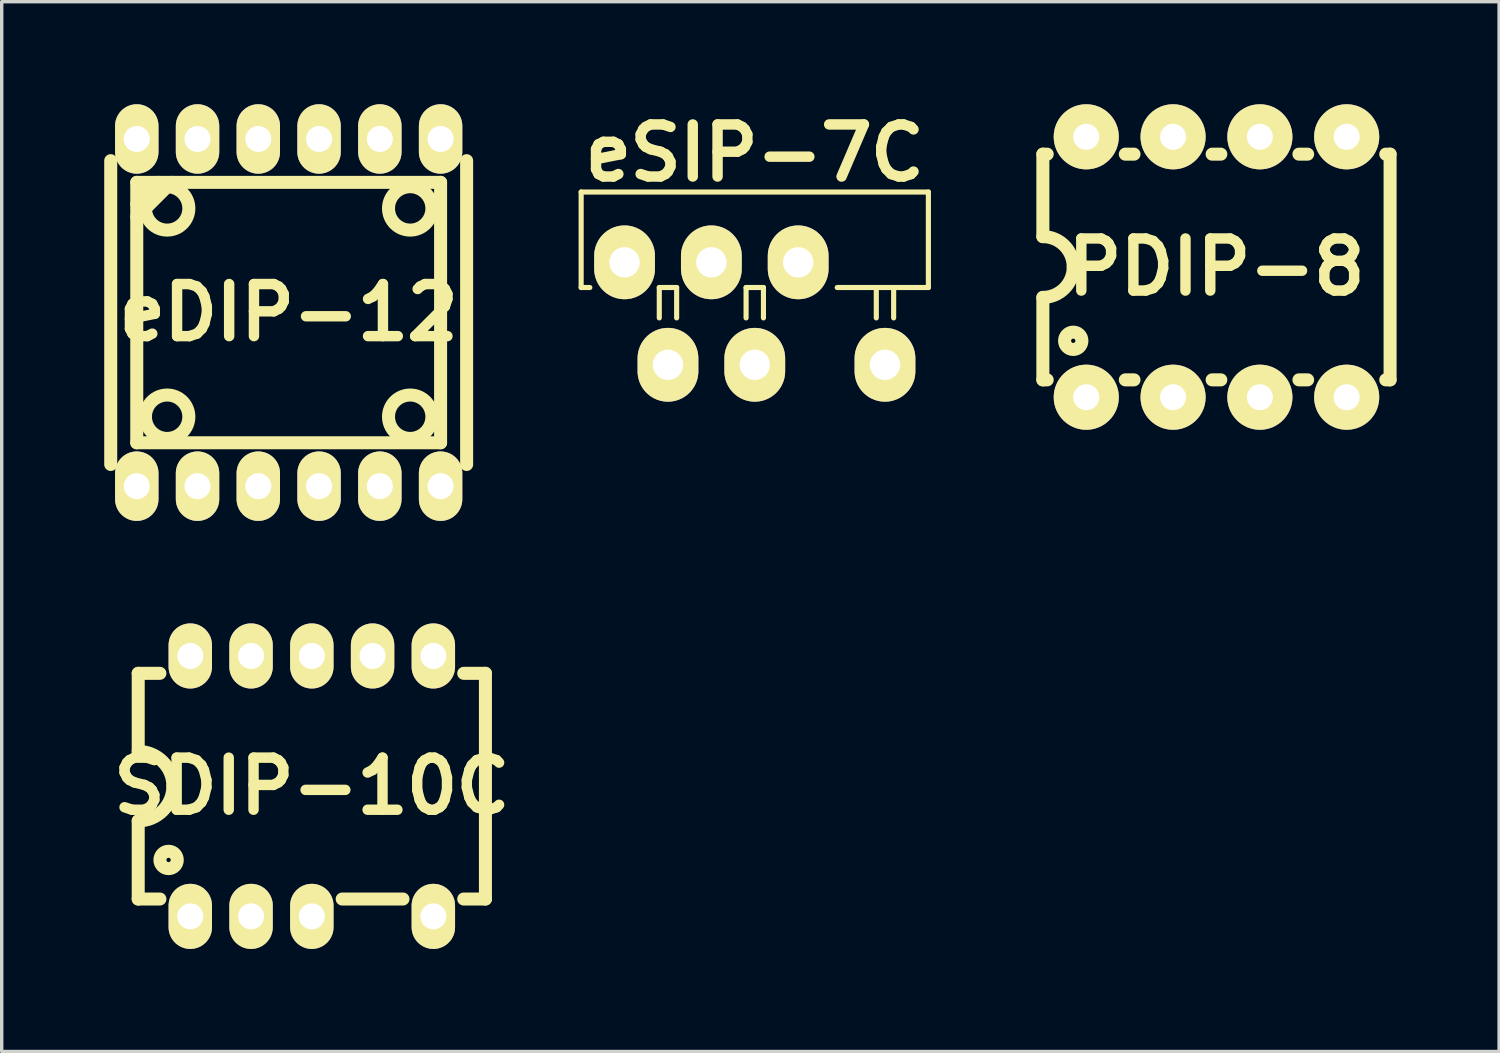
<source format=kicad_pcb>
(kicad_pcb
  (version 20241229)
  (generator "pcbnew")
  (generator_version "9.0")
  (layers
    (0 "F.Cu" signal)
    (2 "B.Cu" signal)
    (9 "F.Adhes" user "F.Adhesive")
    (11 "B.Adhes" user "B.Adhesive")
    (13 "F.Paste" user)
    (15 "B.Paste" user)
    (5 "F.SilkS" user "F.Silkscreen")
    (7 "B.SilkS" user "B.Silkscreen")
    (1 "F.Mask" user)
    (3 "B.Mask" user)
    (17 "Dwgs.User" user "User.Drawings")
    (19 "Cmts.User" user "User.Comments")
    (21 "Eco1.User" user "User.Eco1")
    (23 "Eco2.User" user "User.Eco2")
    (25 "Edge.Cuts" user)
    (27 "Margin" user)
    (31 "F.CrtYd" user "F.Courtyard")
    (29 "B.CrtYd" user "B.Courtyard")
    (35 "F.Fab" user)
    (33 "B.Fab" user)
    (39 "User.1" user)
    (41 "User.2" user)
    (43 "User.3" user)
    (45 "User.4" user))
  (footprint "SDIP-10C"
    (layer "F.Cu")
    (at 6.074 19.954)
    (property "Reference" "SDIP-10C" (at 0 0 0) (layer "F.SilkS") (effects (font (size 1.524 1.524) (thickness 0.305))))
    (attr through_hole)
    (fp_line (start -5.08 -3.302) (end -5.08 -1.016) (stroke (width 0.381) (type solid)) (layer "F.SilkS"))
    (fp_line (start -5.08 -3.302) (end -4.445 -3.302) (stroke (width 0.381) (type solid)) (layer "F.SilkS"))
    (fp_line (start -5.08 1.016) (end -5.08 3.302) (stroke (width 0.381) (type solid)) (layer "F.SilkS"))
    (fp_line (start -5.08 3.302) (end -4.445 3.302) (stroke (width 0.381) (type solid)) (layer "F.SilkS"))
    (fp_line (start 2.667 3.302) (end 0.889 3.302) (stroke (width 0.381) (type solid)) (layer "F.SilkS"))
    (fp_line (start 5.08 -3.302) (end 4.445 -3.302) (stroke (width 0.381) (type solid)) (layer "F.SilkS"))
    (fp_line (start 5.08 3.302) (end 4.445 3.302) (stroke (width 0.381) (type solid)) (layer "F.SilkS"))
    (fp_line (start 5.08 3.302) (end 5.08 -3.302) (stroke (width 0.381) (type solid)) (layer "F.SilkS"))
    (fp_arc (start -5.08 -1.016) (mid -4.36158 -0.71842) (end -4.064 0) (stroke (width 0.381) (type solid)) (layer "F.SilkS"))
    (fp_arc (start -4.064 0) (mid -4.36158 0.71842) (end -5.08 1.016) (stroke (width 0.381) (type solid)) (layer "F.SilkS"))
    (fp_circle (center -4.191 2.159) (end -3.937 2.159) (stroke (width 0.381) (type solid)) (fill no) (layer "F.SilkS"))
    (pad "1" thru_hole oval (at -3.556 3.81) (size 1.27 1.905) (drill 0.762) (layers "*.Cu" "*.Mask" "F.SilkS"))
    (pad "2" thru_hole oval (at -1.778 3.81) (size 1.27 1.905) (drill 0.762) (layers "*.Cu" "*.Mask" "F.SilkS"))
    (pad "3" thru_hole oval (at 0 3.81) (size 1.27 1.905) (drill 0.762) (layers "*.Cu" "*.Mask" "F.SilkS"))
    (pad "5" thru_hole oval (at 3.556 3.81) (size 1.27 1.905) (drill 0.762) (layers "*.Cu" "*.Mask" "F.SilkS"))
    (pad "6" thru_hole oval (at 3.556 -3.81) (size 1.27 1.905) (drill 0.762) (layers "*.Cu" "*.Mask" "F.SilkS"))
    (pad "7" thru_hole oval (at 1.778 -3.81) (size 1.27 1.905) (drill 0.762) (layers "*.Cu" "*.Mask" "F.SilkS"))
    (pad "8" thru_hole oval (at 0 -3.81) (size 1.27 1.905) (drill 0.762) (layers "*.Cu" "*.Mask" "F.SilkS"))
    (pad "9" thru_hole oval (at -1.778 -3.81) (size 1.27 1.905) (drill 0.762) (layers "*.Cu" "*.Mask" "F.SilkS"))
    (pad "10" thru_hole oval (at -3.556 -3.81) (size 1.27 1.905) (drill 0.762) (layers "*.Cu" "*.Mask" "F.SilkS")))
  (footprint "PDIP-8"
    (layer "F.Cu")
    (at 32.545 4.763)
    (property "Reference" "PDIP-8" (at 0 0 0) (layer "F.SilkS") (effects (font (size 1.524 1.524) (thickness 0.305))))
    (attr through_hole)
    (fp_line (start -5.08 -3.302) (end -4.953 -3.302) (stroke (width 0.381) (type solid)) (layer "F.SilkS"))
    (fp_line (start -5.08 -0.889) (end -5.08 -3.302) (stroke (width 0.381) (type solid)) (layer "F.SilkS"))
    (fp_line (start -5.08 0.889) (end -5.08 3.302) (stroke (width 0.381) (type solid)) (layer "F.SilkS"))
    (fp_line (start -5.08 3.302) (end -4.953 3.302) (stroke (width 0.381) (type solid)) (layer "F.SilkS"))
    (fp_line (start -2.667 -3.302) (end -2.413 -3.302) (stroke (width 0.381) (type solid)) (layer "F.SilkS"))
    (fp_line (start -2.667 3.302) (end -2.413 3.302) (stroke (width 0.381) (type solid)) (layer "F.SilkS"))
    (fp_line (start -0.127 -3.302) (end 0.127 -3.302) (stroke (width 0.381) (type solid)) (layer "F.SilkS"))
    (fp_line (start -0.127 3.302) (end 0.127 3.302) (stroke (width 0.381) (type solid)) (layer "F.SilkS"))
    (fp_line (start 2.413 -3.302) (end 2.667 -3.302) (stroke (width 0.381) (type solid)) (layer "F.SilkS"))
    (fp_line (start 2.413 3.302) (end 2.667 3.302) (stroke (width 0.381) (type solid)) (layer "F.SilkS"))
    (fp_line (start 5.08 -3.302) (end 4.953 -3.302) (stroke (width 0.381) (type solid)) (layer "F.SilkS"))
    (fp_line (start 5.08 3.302) (end 4.953 3.302) (stroke (width 0.381) (type solid)) (layer "F.SilkS"))
    (fp_line (start 5.08 3.302) (end 5.08 -3.302) (stroke (width 0.381) (type solid)) (layer "F.SilkS"))
    (fp_arc (start -5.08 -0.889) (mid -4.451382 -0.628618) (end -4.191 0) (stroke (width 0.381) (type solid)) (layer "F.SilkS"))
    (fp_arc (start -4.191 0) (mid -4.451382 0.628618) (end -5.08 0.889) (stroke (width 0.381) (type solid)) (layer "F.SilkS"))
    (fp_circle (center -4.191 2.159) (end -3.937 2.159) (stroke (width 0.381) (type solid)) (fill no) (layer "F.SilkS"))
    (pad "1" thru_hole circle (at -3.81 3.81) (size 1.905 1.905) (drill 0.762) (layers "*.Cu" "*.Mask" "F.SilkS"))
    (pad "2" thru_hole circle (at -1.27 3.81) (size 1.905 1.905) (drill 0.762) (layers "*.Cu" "*.Mask" "F.SilkS"))
    (pad "3" thru_hole circle (at 1.27 3.81) (size 1.905 1.905) (drill 0.762) (layers "*.Cu" "*.Mask" "F.SilkS"))
    (pad "4" thru_hole circle (at 3.81 3.81) (size 1.905 1.905) (drill 0.762) (layers "*.Cu" "*.Mask" "F.SilkS"))
    (pad "5" thru_hole circle (at 3.81 -3.81) (size 1.905 1.905) (drill 0.762) (layers "*.Cu" "*.Mask" "F.SilkS"))
    (pad "6" thru_hole circle (at 1.27 -3.81) (size 1.905 1.905) (drill 0.762) (layers "*.Cu" "*.Mask" "F.SilkS"))
    (pad "7" thru_hole circle (at -1.27 -3.81) (size 1.905 1.905) (drill 0.762) (layers "*.Cu" "*.Mask" "F.SilkS"))
    (pad "8" thru_hole circle (at -3.81 -3.81) (size 1.905 1.905) (drill 0.762) (layers "*.Cu" "*.Mask" "F.SilkS")))
  (footprint "eDIP-12"
    (layer "F.Cu")
    (at 5.397 6.096)
    (property "Reference" "eDIP-12" (at 0 0 0) (layer "F.SilkS") (effects (font (size 1.524 1.524) (thickness 0.305))))
    (attr through_hole)
    (fp_line (start -5.207 4.445) (end -5.207 -4.445) (stroke (width 0.381) (type solid)) (layer "F.SilkS"))
    (fp_line (start -4.445 -3.81) (end -4.445 3.81) (stroke (width 0.381) (type solid)) (layer "F.SilkS"))
    (fp_line (start -4.445 -2.794) (end -3.429 -3.81) (stroke (width 0.381) (type solid)) (layer "F.SilkS"))
    (fp_line (start -4.445 3.81) (end 4.445 3.81) (stroke (width 0.381) (type solid)) (layer "F.SilkS"))
    (fp_line (start -3.81 -3.81) (end -4.445 -3.175) (stroke (width 0.381) (type solid)) (layer "F.SilkS"))
    (fp_line (start 4.445 -3.81) (end -4.445 -3.81) (stroke (width 0.381) (type solid)) (layer "F.SilkS"))
    (fp_line (start 4.445 3.81) (end 4.445 -3.81) (stroke (width 0.381) (type solid)) (layer "F.SilkS"))
    (fp_line (start 5.207 -4.445) (end 5.207 4.445) (stroke (width 0.381) (type solid)) (layer "F.SilkS"))
    (fp_circle (center -3.556 -3.048) (end -3.556 -3.683) (stroke (width 0.381) (type solid)) (fill no) (layer "F.SilkS"))
    (fp_circle (center -3.556 3.048) (end -3.556 3.683) (stroke (width 0.381) (type solid)) (fill no) (layer "F.SilkS"))
    (fp_circle (center 3.556 -3.048) (end 4.191 -3.048) (stroke (width 0.381) (type solid)) (fill no) (layer "F.SilkS"))
    (fp_circle (center 3.556 3.048) (end 4.191 3.048) (stroke (width 0.381) (type solid)) (fill no) (layer "F.SilkS"))
    (pad "1" thru_hole oval (at -4.445 -5.08) (size 1.27 2.032) (drill 0.762) (layers "*.Cu" "*.Mask" "F.SilkS"))
    (pad "2" thru_hole oval (at -2.667 -5.08) (size 1.27 2.032) (drill 0.762) (layers "*.Cu" "*.Mask" "F.SilkS"))
    (pad "3" thru_hole oval (at -0.889 -5.08) (size 1.27 2.032) (drill 0.762) (layers "*.Cu" "*.Mask" "F.SilkS"))
    (pad "4" thru_hole oval (at 0.889 -5.08) (size 1.27 2.032) (drill 0.762) (layers "*.Cu" "*.Mask" "F.SilkS"))
    (pad "5" thru_hole oval (at 2.667 -5.08) (size 1.27 2.032) (drill 0.762) (layers "*.Cu" "*.Mask" "F.SilkS"))
    (pad "6" thru_hole oval (at 4.445 -5.08) (size 1.27 2.032) (drill 0.762) (layers "*.Cu" "*.Mask" "F.SilkS"))
    (pad "7" thru_hole oval (at 4.445 5.08) (size 1.27 2.032) (drill 0.762) (layers "*.Cu" "*.Mask" "F.SilkS"))
    (pad "8" thru_hole oval (at 2.667 5.08) (size 1.27 2.032) (drill 0.762) (layers "*.Cu" "*.Mask" "F.SilkS"))
    (pad "9" thru_hole oval (at 0.889 5.08) (size 1.27 2.032) (drill 0.762) (layers "*.Cu" "*.Mask" "F.SilkS"))
    (pad "10" thru_hole oval (at -0.889 5.08) (size 1.27 2.032) (drill 0.762) (layers "*.Cu" "*.Mask" "F.SilkS"))
    (pad "11" thru_hole oval (at -2.667 5.08) (size 1.27 2.032) (drill 0.762) (layers "*.Cu" "*.Mask" "F.SilkS"))
    (pad "12" thru_hole oval (at -4.445 5.08) (size 1.27 2.032) (drill 0.762) (layers "*.Cu" "*.Mask" "F.SilkS")))
  (footprint "eSIP-7C"
    (layer "F.Cu")
    (at 19.035 6.125)
    (property "Reference" "eSIP-7C" (at 0 -4.699 0) (layer "F.SilkS") (effects (font (size 1.524 1.524) (thickness 0.305))))
    (attr through_hole)
    (fp_line (start -5.08 -3.556) (end 5.08 -3.556) (stroke (width 0.15) (type solid)) (layer "F.SilkS"))
    (fp_line (start -5.08 -0.762) (end -5.08 -3.556) (stroke (width 0.15) (type solid)) (layer "F.SilkS"))
    (fp_line (start -4.826 -0.762) (end -5.08 -0.762) (stroke (width 0.15) (type solid)) (layer "F.SilkS"))
    (fp_line (start -2.794 0.127) (end -2.794 -0.762) (stroke (width 0.15) (type solid)) (layer "F.SilkS"))
    (fp_line (start -2.286 -0.762) (end -2.794 -0.762) (stroke (width 0.15) (type solid)) (layer "F.SilkS"))
    (fp_line (start -2.286 -0.762) (end -2.286 0.127) (stroke (width 0.15) (type solid)) (layer "F.SilkS"))
    (fp_line (start -0.254 -0.762) (end -0.254 0.127) (stroke (width 0.15) (type solid)) (layer "F.SilkS"))
    (fp_line (start 0.254 -0.762) (end -0.254 -0.762) (stroke (width 0.15) (type solid)) (layer "F.SilkS"))
    (fp_line (start 0.254 -0.762) (end 0.254 0.127) (stroke (width 0.15) (type solid)) (layer "F.SilkS"))
    (fp_line (start 3.556 0.127) (end 3.556 -0.762) (stroke (width 0.15) (type solid)) (layer "F.SilkS"))
    (fp_line (start 4.064 0.127) (end 4.064 -0.762) (stroke (width 0.15) (type solid)) (layer "F.SilkS"))
    (fp_line (start 5.08 -0.762) (end 2.413 -0.762) (stroke (width 0.15) (type solid)) (layer "F.SilkS"))
    (fp_line (start 5.08 -0.762) (end 5.08 -3.556) (stroke (width 0.15) (type solid)) (layer "F.SilkS"))
    (pad "1" thru_hole oval (at -3.81 -1.499) (size 1.778 2.159) (drill 0.889) (layers "*.Cu" "*.Mask" "F.SilkS"))
    (pad "2" thru_hole oval (at -2.54 1.499) (size 1.778 2.159) (drill 0.889) (layers "*.Cu" "*.Mask" "F.SilkS"))
    (pad "3" thru_hole oval (at -1.27 -1.499) (size 1.778 2.159) (drill 0.889) (layers "*.Cu" "*.Mask" "F.SilkS"))
    (pad "4" thru_hole oval (at 0 1.499) (size 1.778 2.159) (drill 0.889) (layers "*.Cu" "*.Mask" "F.SilkS"))
    (pad "5" thru_hole oval (at 1.27 -1.499) (size 1.778 2.159) (drill 0.889) (layers "*.Cu" "*.Mask" "F.SilkS"))
    (pad "7" thru_hole oval (at 3.81 1.499) (size 1.778 2.159) (drill 0.889) (layers "*.Cu" "*.Mask" "F.SilkS")))
  (gr_rect
    (start -3 -3)
    (end 40.815 27.717)
    (stroke (width 0.1) (type default))
    (fill no)
    (layer "Edge.Cuts")))
</source>
